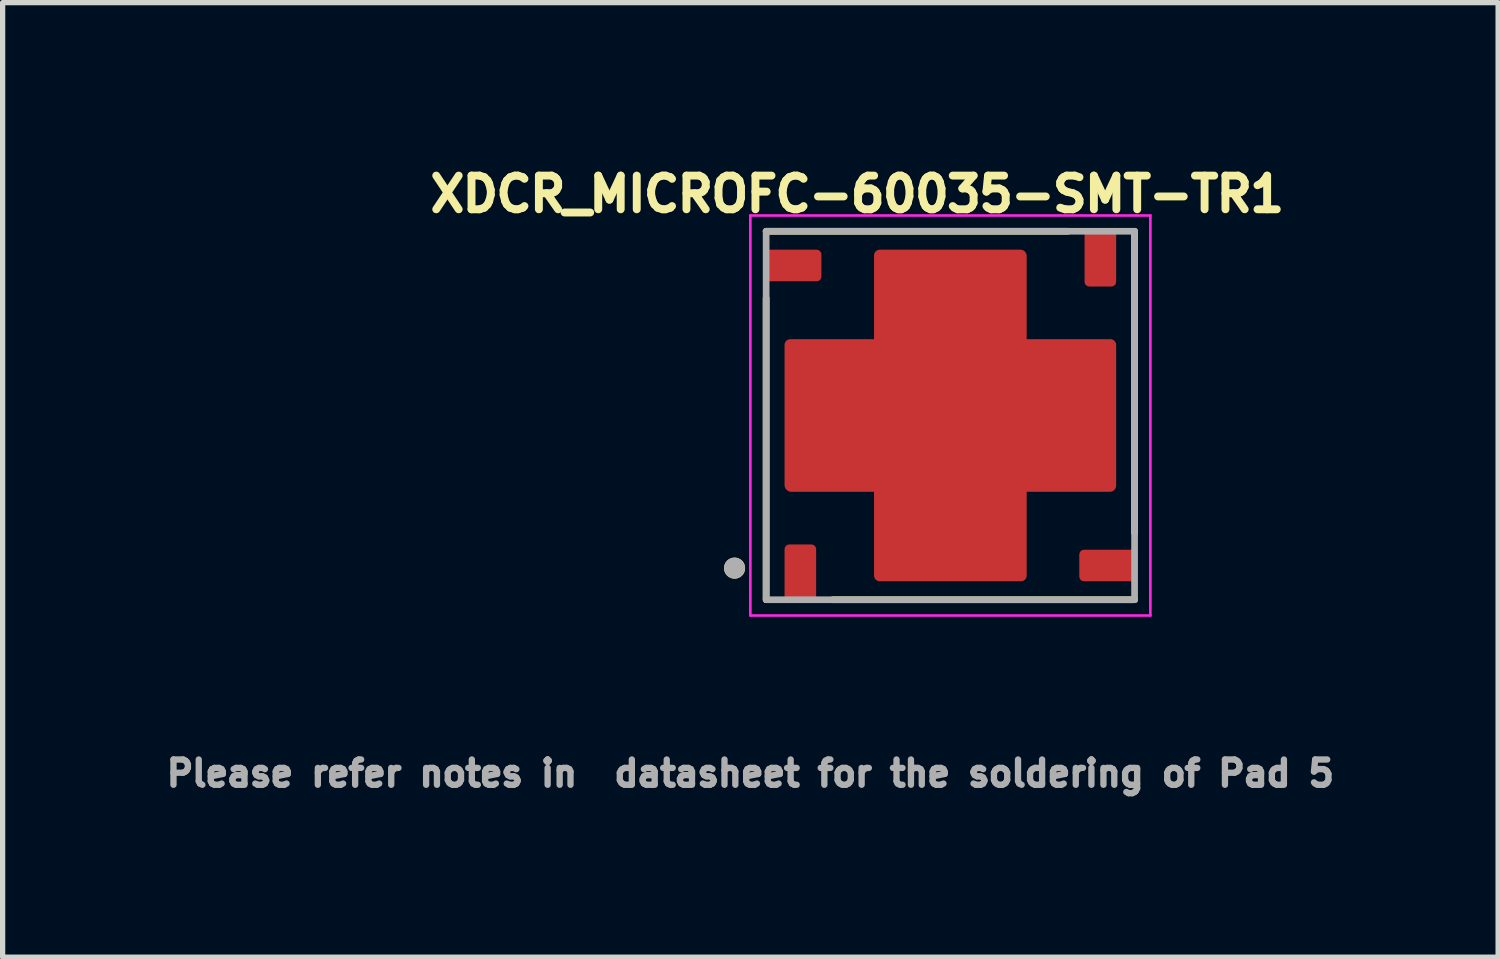
<source format=kicad_pcb>
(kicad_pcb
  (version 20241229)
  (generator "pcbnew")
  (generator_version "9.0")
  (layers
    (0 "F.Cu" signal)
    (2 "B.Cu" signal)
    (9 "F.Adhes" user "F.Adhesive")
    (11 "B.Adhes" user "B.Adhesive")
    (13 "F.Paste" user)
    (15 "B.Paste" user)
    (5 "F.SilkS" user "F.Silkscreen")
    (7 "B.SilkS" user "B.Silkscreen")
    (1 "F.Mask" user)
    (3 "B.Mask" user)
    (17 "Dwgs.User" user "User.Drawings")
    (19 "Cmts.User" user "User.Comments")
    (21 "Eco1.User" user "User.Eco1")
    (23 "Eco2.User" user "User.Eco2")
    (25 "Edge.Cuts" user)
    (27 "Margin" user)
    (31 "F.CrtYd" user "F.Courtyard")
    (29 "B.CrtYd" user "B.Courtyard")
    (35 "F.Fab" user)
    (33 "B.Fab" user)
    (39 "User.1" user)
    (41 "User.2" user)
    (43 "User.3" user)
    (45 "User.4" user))
  (footprint "XDCR_MICROFC-60035-SMT-TR1"
    (layer "F.Cu")
    (at 15.006 4.844)
    (property "Reference" "XDCR_MICROFC-60035-SMT-TR1" (at -1.768 -4.206 0) (layer "F.SilkS") (effects (font (size 0.64 0.64) (thickness 0.15))))
    (attr through_hole)
    (fp_poly (pts (xy -1.55 -1.55) (xy -1.55 -3.04) (xy -1.55 -3.051) (xy -1.549 -3.062) (xy -1.547 -3.073) (xy -1.545 -3.084) (xy -1.543 -3.094) (xy -1.54 -3.105) (xy -1.536 -3.115) (xy -1.532 -3.125) (xy -1.527 -3.135) (xy -1.522 -3.145) (xy -1.516 -3.154) (xy -1.51 -3.163) (xy -1.503 -3.172) (xy -1.496 -3.181) (xy -1.488 -3.188) (xy -1.481 -3.196) (xy -1.472 -3.203) (xy -1.463 -3.21) (xy -1.454 -3.216) (xy -1.445 -3.222) (xy -1.435 -3.227) (xy -1.425 -3.232) (xy -1.415 -3.236) (xy -1.405 -3.24) (xy -1.394 -3.243) (xy -1.384 -3.245) (xy -1.373 -3.247) (xy -1.362 -3.249) (xy -1.351 -3.25) (xy -1.34 -3.25) (xy -1.32 -3.25) (xy 1.33 -3.25) (xy 1.342 -3.25) (xy 1.353 -3.249) (xy 1.364 -3.247) (xy 1.376 -3.245) (xy 1.387 -3.243) (xy 1.398 -3.239) (xy 1.409 -3.235) (xy 1.419 -3.231) (xy 1.43 -3.226) (xy 1.44 -3.221) (xy 1.45 -3.215) (xy 1.459 -3.208) (xy 1.468 -3.201) (xy 1.477 -3.193) (xy 1.486 -3.186) (xy 1.493 -3.177) (xy 1.501 -3.168) (xy 1.508 -3.159) (xy 1.515 -3.15) (xy 1.521 -3.14) (xy 1.526 -3.13) (xy 1.531 -3.119) (xy 1.535 -3.109) (xy 1.539 -3.098) (xy 1.543 -3.087) (xy 1.545 -3.076) (xy 1.547 -3.064) (xy 1.549 -3.053) (xy 1.55 -3.042) (xy 1.55 -3.03) (xy 1.55 -1.55) (xy 3.04 -1.55) (xy 3.051 -1.55) (xy 3.062 -1.549) (xy 3.073 -1.547) (xy 3.084 -1.545) (xy 3.094 -1.543) (xy 3.105 -1.54) (xy 3.115 -1.536) (xy 3.125 -1.532) (xy 3.135 -1.527) (xy 3.145 -1.522) (xy 3.154 -1.516) (xy 3.163 -1.51) (xy 3.172 -1.503) (xy 3.181 -1.496) (xy 3.188 -1.488) (xy 3.196 -1.481) (xy 3.203 -1.472) (xy 3.21 -1.463) (xy 3.216 -1.454) (xy 3.222 -1.445) (xy 3.227 -1.435) (xy 3.232 -1.425) (xy 3.236 -1.415) (xy 3.24 -1.405) (xy 3.243 -1.394) (xy 3.245 -1.384) (xy 3.247 -1.373) (xy 3.249 -1.362) (xy 3.25 -1.351) (xy 3.25 -1.34) (xy 3.25 -1.31) (xy 3.25 1.3) (xy 3.25 1.33) (xy 3.25 1.342) (xy 3.249 1.353) (xy 3.247 1.364) (xy 3.245 1.376) (xy 3.243 1.387) (xy 3.239 1.398) (xy 3.235 1.409) (xy 3.231 1.419) (xy 3.226 1.43) (xy 3.221 1.44) (xy 3.215 1.45) (xy 3.208 1.459) (xy 3.201 1.468) (xy 3.193 1.477) (xy 3.186 1.486) (xy 3.177 1.493) (xy 3.168 1.501) (xy 3.159 1.508) (xy 3.15 1.515) (xy 3.14 1.521) (xy 3.13 1.526) (xy 3.119 1.531) (xy 3.109 1.535) (xy 3.098 1.539) (xy 3.087 1.543) (xy 3.076 1.545) (xy 3.064 1.547) (xy 3.053 1.549) (xy 3.042 1.55) (xy 3.03 1.55) (xy 1.55 1.55) (xy 1.55 3.04) (xy 1.55 3.051) (xy 1.549 3.062) (xy 1.547 3.073) (xy 1.545 3.084) (xy 1.543 3.094) (xy 1.54 3.105) (xy 1.536 3.115) (xy 1.532 3.125) (xy 1.527 3.135) (xy 1.522 3.145) (xy 1.516 3.154) (xy 1.51 3.163) (xy 1.503 3.172) (xy 1.496 3.181) (xy 1.488 3.188) (xy 1.481 3.196) (xy 1.472 3.203) (xy 1.463 3.21) (xy 1.454 3.216) (xy 1.445 3.222) (xy 1.435 3.227) (xy 1.425 3.232) (xy 1.415 3.236) (xy 1.405 3.24) (xy 1.394 3.243) (xy 1.384 3.245) (xy 1.373 3.247) (xy 1.362 3.249) (xy 1.351 3.25) (xy 1.34 3.25) (xy 1.31 3.25) (xy -1.32 3.25) (xy -1.34 3.25) (xy -1.351 3.25) (xy -1.362 3.249) (xy -1.373 3.247) (xy -1.384 3.245) (xy -1.394 3.243) (xy -1.405 3.24) (xy -1.415 3.236) (xy -1.425 3.232) (xy -1.435 3.227) (xy -1.445 3.222) (xy -1.454 3.216) (xy -1.463 3.21) (xy -1.472 3.203) (xy -1.481 3.196) (xy -1.488 3.188) (xy -1.496 3.181) (xy -1.503 3.172) (xy -1.51 3.163) (xy -1.516 3.154) (xy -1.522 3.145) (xy -1.527 3.135) (xy -1.532 3.125) (xy -1.536 3.115) (xy -1.54 3.105) (xy -1.543 3.094) (xy -1.545 3.084) (xy -1.547 3.073) (xy -1.549 3.062) (xy -1.55 3.051) (xy -1.55 3.04) (xy -1.55 1.55) (xy -3.02 1.55) (xy -3.032 1.55) (xy -3.044 1.549) (xy -3.056 1.547) (xy -3.068 1.545) (xy -3.08 1.542) (xy -3.091 1.539) (xy -3.102 1.535) (xy -3.114 1.53) (xy -3.124 1.525) (xy -3.135 1.519) (xy -3.145 1.513) (xy -3.155 1.506) (xy -3.165 1.499) (xy -3.174 1.491) (xy -3.183 1.483) (xy -3.191 1.474) (xy -3.199 1.465) (xy -3.206 1.455) (xy -3.213 1.445) (xy -3.219 1.435) (xy -3.225 1.424) (xy -3.23 1.414) (xy -3.235 1.402) (xy -3.239 1.391) (xy -3.242 1.38) (xy -3.245 1.368) (xy -3.247 1.356) (xy -3.249 1.344) (xy -3.25 1.332) (xy -3.25 1.32) (xy -3.25 -1.32) (xy -3.25 -1.34) (xy -3.25 -1.351) (xy -3.249 -1.362) (xy -3.247 -1.373) (xy -3.245 -1.384) (xy -3.243 -1.394) (xy -3.24 -1.405) (xy -3.236 -1.415) (xy -3.232 -1.425) (xy -3.227 -1.435) (xy -3.222 -1.445) (xy -3.216 -1.454) (xy -3.21 -1.463) (xy -3.203 -1.472) (xy -3.196 -1.481) (xy -3.188 -1.488) (xy -3.181 -1.496) (xy -3.172 -1.503) (xy -3.163 -1.51) (xy -3.154 -1.516) (xy -3.145 -1.522) (xy -3.135 -1.527) (xy -3.125 -1.532) (xy -3.115 -1.536) (xy -3.105 -1.54) (xy -3.094 -1.543) (xy -3.084 -1.545) (xy -3.073 -1.547) (xy -3.062 -1.549) (xy -3.051 -1.55) (xy -3.04 -1.55) (xy -1.55 -1.55)) (stroke (width 0.0001) (type solid)) (fill yes) (layer "F.Mask"))
    (fp_line (start -3.5 -3.5) (end 2.23 -3.5) (stroke (width 0.127) (type solid)) (layer "F.SilkS"))
    (fp_line (start -3.5 -2.23) (end -3.5 3.5) (stroke (width 0.127) (type solid)) (layer "F.SilkS"))
    (fp_line (start -2.23 3.5) (end 3.5 3.5) (stroke (width 0.127) (type solid)) (layer "F.SilkS"))
    (fp_line (start 3.5 -3.5) (end 3.5 2.23) (stroke (width 0.127) (type solid)) (layer "F.SilkS"))
    (fp_circle (center -4.1 2.9) (end -4 2.9) (stroke (width 0.2) (type solid)) (fill no) (layer "F.SilkS"))
    (fp_poly (pts (xy -3.325 -0.6) (xy -1.275 -0.6) (xy -1.275 0.6) (xy -3.325 0.6)) (stroke (width 0.01) (type solid)) (fill yes) (layer "F.Paste"))
    (fp_poly (pts (xy -1.025 -2.9) (xy 1.025 -2.9) (xy 1.025 -1.7) (xy -1.025 -1.7)) (stroke (width 0.01) (type solid)) (fill yes) (layer "F.Paste"))
    (fp_poly (pts (xy -1.025 -1.025) (xy 1.025 -1.025) (xy 1.025 1.025) (xy -1.025 1.025)) (stroke (width 0.01) (type solid)) (fill yes) (layer "F.Paste"))
    (fp_poly (pts (xy -1.025 1.7) (xy 1.025 1.7) (xy 1.025 2.9) (xy -1.025 2.9)) (stroke (width 0.01) (type solid)) (fill yes) (layer "F.Paste"))
    (fp_poly (pts (xy 1.275 -0.6) (xy 3.325 -0.6) (xy 3.325 0.6) (xy 1.275 0.6)) (stroke (width 0.01) (type solid)) (fill yes) (layer "F.Paste"))
    (fp_line (start -3.8 -3.8) (end 3.8 -3.8) (stroke (width 0.05) (type solid)) (layer "F.CrtYd"))
    (fp_line (start -3.8 3.8) (end -3.8 -3.8) (stroke (width 0.05) (type solid)) (layer "F.CrtYd"))
    (fp_line (start 3.8 -3.8) (end 3.8 3.8) (stroke (width 0.05) (type solid)) (layer "F.CrtYd"))
    (fp_line (start 3.8 3.8) (end -3.8 3.8) (stroke (width 0.05) (type solid)) (layer "F.CrtYd"))
    (fp_line (start -3.5 -3.5) (end 3.5 -3.5) (stroke (width 0.127) (type solid)) (layer "F.Fab"))
    (fp_line (start -3.5 3.5) (end -3.5 -3.5) (stroke (width 0.127) (type solid)) (layer "F.Fab"))
    (fp_line (start 3.5 -3.5) (end 3.5 3.5) (stroke (width 0.127) (type solid)) (layer "F.Fab"))
    (fp_line (start 3.5 3.5) (end -3.5 3.5) (stroke (width 0.127) (type solid)) (layer "F.Fab"))
    (fp_circle (center -4.1 2.9) (end -4 2.9) (stroke (width 0.2) (type solid)) (fill no) (layer "F.Fab"))
    (fp_text user "Please refer notes in  datasheet for the soldering of Pad 5" (at -3.8 6.8 0) (layer "F.Fab") (effects (font (size 0.48 0.48) (thickness 0.15))))
    (pad "1" smd roundrect (at -2.85 3 90) (size 1.1 0.6) (layers "F.Cu" "F.Mask" "F.Paste") (roundrect_rratio 0.15))
    (pad "2" smd roundrect (at 3 2.85 180) (size 1.1 0.6) (layers "F.Cu" "F.Mask" "F.Paste") (roundrect_rratio 0.15))
    (pad "3" smd roundrect (at 2.85 -3 270) (size 1.1 0.6) (layers "F.Cu" "F.Mask" "F.Paste") (roundrect_rratio 0.15))
    (pad "4" smd roundrect (at -3 -2.85) (size 1.1 0.6) (layers "F.Cu" "F.Mask" "F.Paste") (roundrect_rratio 0.15))
    (pad "5" smd custom (at 0 0) (size 2.9 2.9) (layers "F.Cu") (options (anchor rect)) (primitives (gr_poly (pts (xy -1.45 -1.45) (xy -1.45 -3.04) (xy -1.45 -3.046) (xy -1.449 -3.051) (xy -1.449 -3.057) (xy -1.448 -3.063) (xy -1.446 -3.068) (xy -1.445 -3.074) (xy -1.443 -3.079) (xy -1.44 -3.085) (xy -1.438 -3.09) (xy -1.435 -3.095) (xy -1.432 -3.1) (xy -1.429 -3.105) (xy -1.425 -3.109) (xy -1.422 -3.114) (xy -1.418 -3.118) (xy -1.414 -3.122) (xy -1.409 -3.125) (xy -1.405 -3.129) (xy -1.4 -3.132) (xy -1.395 -3.135) (xy -1.39 -3.138) (xy -1.385 -3.14) (xy -1.379 -3.143) (xy -1.374 -3.145) (xy -1.368 -3.146) (xy -1.363 -3.148) (xy -1.357 -3.149) (xy -1.351 -3.149) (xy -1.346 -3.15) (xy -1.34 -3.15) (xy -1.32 -3.15) (xy 1.33 -3.15) (xy 1.336 -3.15) (xy 1.343 -3.149) (xy 1.349 -3.149) (xy 1.355 -3.147) (xy 1.361 -3.146) (xy 1.367 -3.144) (xy 1.373 -3.142) (xy 1.379 -3.14) (xy 1.384 -3.137) (xy 1.39 -3.134) (xy 1.395 -3.131) (xy 1.401 -3.127) (xy 1.406 -3.123) (xy 1.41 -3.119) (xy 1.415 -3.115) (xy 1.419 -3.11) (xy 1.423 -3.106) (xy 1.427 -3.101) (xy 1.431 -3.095) (xy 1.434 -3.09) (xy 1.437 -3.084) (xy 1.44 -3.079) (xy 1.442 -3.073) (xy 1.444 -3.067) (xy 1.446 -3.061) (xy 1.447 -3.055) (xy 1.449 -3.049) (xy 1.449 -3.043) (xy 1.45 -3.036) (xy 1.45 -3.03) (xy 1.45 -1.45) (xy 3.04 -1.45) (xy 3.046 -1.45) (xy 3.051 -1.449) (xy 3.057 -1.449) (xy 3.063 -1.448) (xy 3.068 -1.446) (xy 3.074 -1.445) (xy 3.079 -1.443) (xy 3.085 -1.44) (xy 3.09 -1.438) (xy 3.095 -1.435) (xy 3.1 -1.432) (xy 3.105 -1.429) (xy 3.109 -1.425) (xy 3.114 -1.422) (xy 3.118 -1.418) (xy 3.122 -1.414) (xy 3.125 -1.409) (xy 3.129 -1.405) (xy 3.132 -1.4) (xy 3.135 -1.395) (xy 3.138 -1.39) (xy 3.14 -1.385) (xy 3.143 -1.379) (xy 3.145 -1.374) (xy 3.146 -1.368) (xy 3.148 -1.363) (xy 3.149 -1.357) (xy 3.149 -1.351) (xy 3.15 -1.346) (xy 3.15 -1.34) (xy 3.15 -1.31) (xy 3.15 1.3) (xy 3.15 1.33) (xy 3.15 1.336) (xy 3.149 1.343) (xy 3.149 1.349) (xy 3.147 1.355) (xy 3.146 1.361) (xy 3.144 1.367) (xy 3.142 1.373) (xy 3.14 1.379) (xy 3.137 1.384) (xy 3.134 1.39) (xy 3.131 1.395) (xy 3.127 1.401) (xy 3.123 1.406) (xy 3.119 1.41) (xy 3.115 1.415) (xy 3.11 1.419) (xy 3.106 1.423) (xy 3.101 1.427) (xy 3.095 1.431) (xy 3.09 1.434) (xy 3.084 1.437) (xy 3.079 1.44) (xy 3.073 1.442) (xy 3.067 1.444) (xy 3.061 1.446) (xy 3.055 1.447) (xy 3.049 1.449) (xy 3.043 1.449) (xy 3.036 1.45) (xy 3.03 1.45) (xy 1.45 1.45) (xy 1.45 3.04) (xy 1.45 3.046) (xy 1.449 3.051) (xy 1.449 3.057) (xy 1.448 3.063) (xy 1.446 3.068) (xy 1.445 3.074) (xy 1.443 3.079) (xy 1.44 3.085) (xy 1.438 3.09) (xy 1.435 3.095) (xy 1.432 3.1) (xy 1.429 3.105) (xy 1.425 3.109) (xy 1.422 3.114) (xy 1.418 3.118) (xy 1.414 3.122) (xy 1.409 3.125) (xy 1.405 3.129) (xy 1.4 3.132) (xy 1.395 3.135) (xy 1.39 3.138) (xy 1.385 3.14) (xy 1.379 3.143) (xy 1.374 3.145) (xy 1.368 3.146) (xy 1.363 3.148) (xy 1.357 3.149) (xy 1.351 3.149) (xy 1.346 3.15) (xy 1.34 3.15) (xy 1.31 3.15) (xy -1.32 3.15) (xy -1.34 3.15) (xy -1.346 3.15) (xy -1.351 3.149) (xy -1.357 3.149) (xy -1.363 3.148) (xy -1.368 3.146) (xy -1.374 3.145) (xy -1.379 3.143) (xy -1.385 3.14) (xy -1.39 3.138) (xy -1.395 3.135) (xy -1.4 3.132) (xy -1.405 3.129) (xy -1.409 3.125) (xy -1.414 3.122) (xy -1.418 3.118) (xy -1.422 3.114) (xy -1.425 3.109) (xy -1.429 3.105) (xy -1.432 3.1) (xy -1.435 3.095) (xy -1.438 3.09) (xy -1.44 3.085) (xy -1.443 3.079) (xy -1.445 3.074) (xy -1.446 3.068) (xy -1.448 3.063) (xy -1.449 3.057) (xy -1.449 3.051) (xy -1.45 3.046) (xy -1.45 3.04) (xy -1.45 1.45) (xy -3.02 1.45) (xy -3.027 1.45) (xy -3.034 1.449) (xy -3.04 1.448) (xy -3.047 1.447) (xy -3.054 1.446) (xy -3.06 1.444) (xy -3.067 1.441) (xy -3.073 1.439) (xy -3.079 1.436) (xy -3.085 1.433) (xy -3.091 1.429) (xy -3.096 1.425) (xy -3.102 1.421) (xy -3.107 1.417) (xy -3.112 1.412) (xy -3.117 1.407) (xy -3.121 1.402) (xy -3.125 1.396) (xy -3.129 1.391) (xy -3.133 1.385) (xy -3.136 1.379) (xy -3.139 1.373) (xy -3.141 1.367) (xy -3.144 1.36) (xy -3.146 1.354) (xy -3.147 1.347) (xy -3.148 1.34) (xy -3.149 1.334) (xy -3.15 1.327) (xy -3.15 1.32) (xy -3.15 -1.32) (xy -3.15 -1.34) (xy -3.15 -1.346) (xy -3.149 -1.351) (xy -3.149 -1.357) (xy -3.148 -1.363) (xy -3.146 -1.368) (xy -3.145 -1.374) (xy -3.143 -1.379) (xy -3.14 -1.385) (xy -3.138 -1.39) (xy -3.135 -1.395) (xy -3.132 -1.4) (xy -3.129 -1.405) (xy -3.125 -1.409) (xy -3.122 -1.414) (xy -3.118 -1.418) (xy -3.114 -1.422) (xy -3.109 -1.425) (xy -3.105 -1.429) (xy -3.1 -1.432) (xy -3.095 -1.435) (xy -3.09 -1.438) (xy -3.085 -1.44) (xy -3.079 -1.443) (xy -3.074 -1.445) (xy -3.068 -1.446) (xy -3.063 -1.448) (xy -3.057 -1.449) (xy -3.051 -1.449) (xy -3.046 -1.45) (xy -3.04 -1.45) (xy -1.45 -1.45)) (width 0.0001) (fill yes)))))
  (gr_rect
    (start -3 -3)
    (end 25.413 15.135)
    (stroke (width 0.1) (type default))
    (fill no)
    (layer "Edge.Cuts")))
</source>
